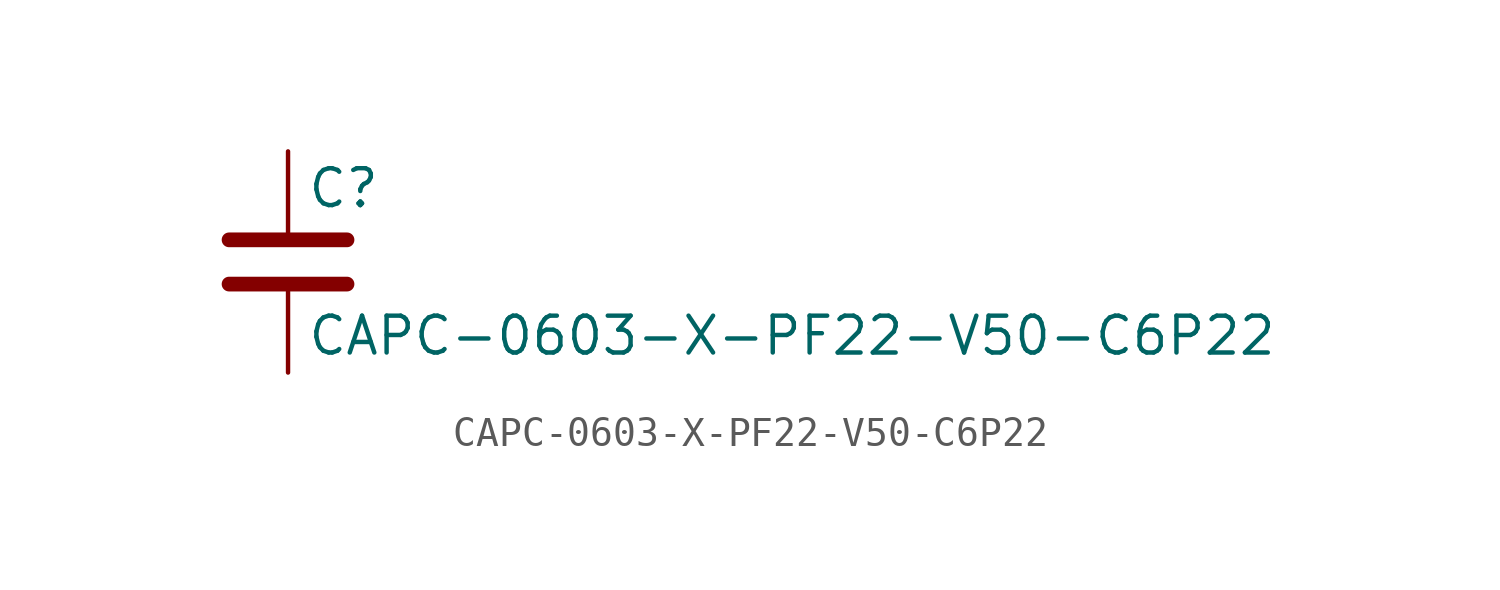
<source format=kicad_sym>
(kicad_symbol_lib
  (version 20211014)
  (generator kicad_symbol_editor)
  (symbol "CAPC-0603-X-PF22-V50-C6P22"
    (pin_numbers hide)
    (pin_names
      (offset 0.254))
    (property "Reference" "C"
      (at 0.635 2.54 0)
      (effects (font (size 1.27 1.27)) (justify left)))
    (property "Value" "CAPC-0603-X-PF22-V50-C6P22"
      (at 0.635 -2.54 0)
      (effects (font (size 1.27 1.27)) (justify left)))
    (symbol "CAPC-0603-X-PF22-V50-C6P22_0_1"
      (polyline (pts (xy -2.032 -0.762) (xy 2.032 -0.762)) (stroke (width 0.508) (type default) (color 0 0 0 0)) (fill (type none)))
      (polyline (pts (xy -2.032 0.762) (xy 2.032 0.762)) (stroke (width 0.508) (type default) (color 0 0 0 0)) (fill (type none))))
    (symbol "CAPC-0603-X-PF22-V50-C6P22_1_1"
      (pin passive line (at 0 3.81 270) (length 2.794) (name "~" (effects (font (size 1.27 1.27)))) (number "1" (effects (font (size 1.27 1.27)))))
      (pin passive line (at 0 -3.81 90) (length 2.794) (name "~" (effects (font (size 1.27 1.27)))) (number "2" (effects (font (size 1.27 1.27))))))))
</source>
